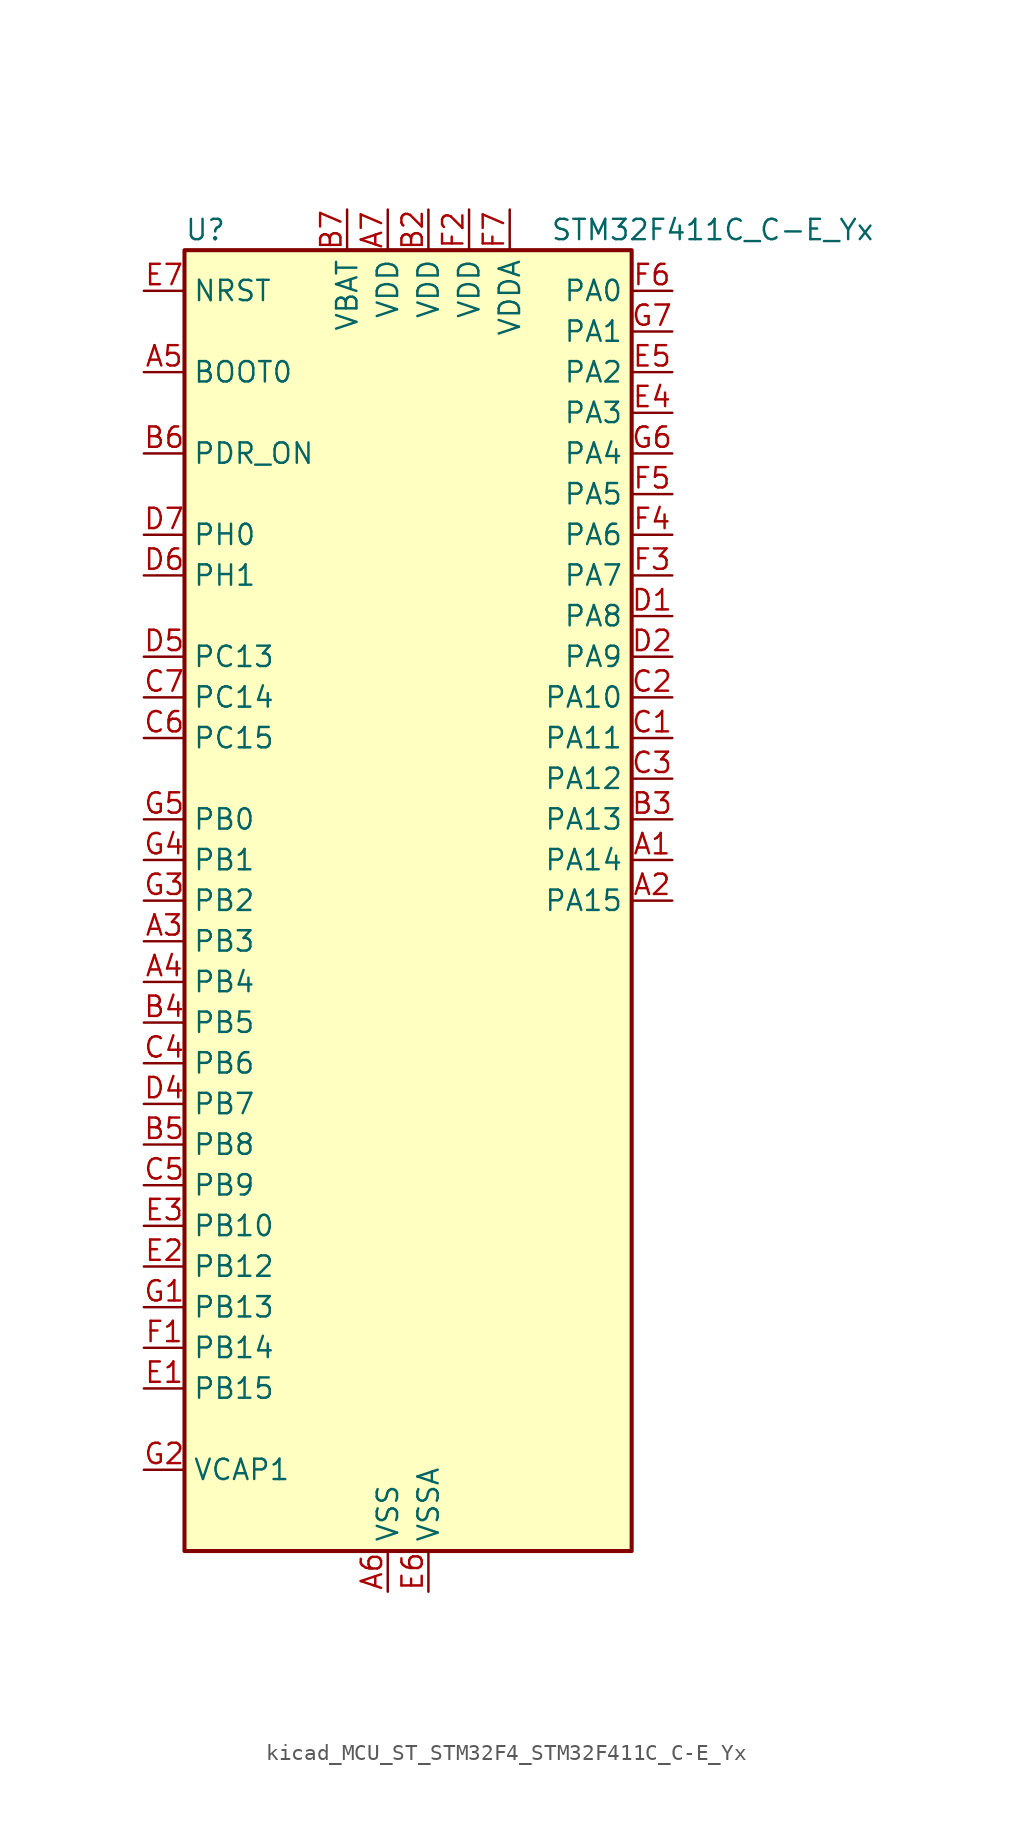
<source format=kicad_sym>
(kicad_symbol_lib
  (version 20220914)
  (generator kicad_symbol_editor)
  (symbol "kicad_MCU_ST_STM32F4_STM32F411C_C-E_Yx"
    (property "Reference" "U"
      (at -12.7 41.91 0)
      (effects (font (size 1.27 1.27)) (justify left)))
    (property "Value" "STM32F411C_C-E_Yx"
      (at 10.16 41.91 0)
      (effects (font (size 1.27 1.27)) (justify left)))
    (property "ki_locked" ""
      (at 0 0 0)
      (effects (font (size 1.27 1.27))))
    (symbol "kicad_MCU_ST_STM32F4_STM32F411C_C-E_Yx_0_1"
      (rectangle (start -12.7 -40.64) (end 15.24 40.64) (stroke (width 0.254) (type default)) (fill (type background))))
    (symbol "kicad_MCU_ST_STM32F4_STM32F411C_C-E_Yx_1_1"
      (pin bidirectional line (at 17.78 2.54 180) (length 2.54) (name "PA14" (effects (font (size 1.27 1.27)))) (number "A1" (effects (font (size 1.27 1.27)))) (alternate "SYS_JTCK-SWCLK" bidirectional line))
      (pin bidirectional line (at 17.78 0 180) (length 2.54) (name "PA15" (effects (font (size 1.27 1.27)))) (number "A2" (effects (font (size 1.27 1.27)))) (alternate "ADC1_EXTI15" bidirectional line) (alternate "I2S1_WS" bidirectional line) (alternate "I2S3_WS" bidirectional line) (alternate "SPI1_NSS" bidirectional line) (alternate "SPI3_NSS" bidirectional line) (alternate "SYS_JTDI" bidirectional line) (alternate "TIM2_CH1" bidirectional line) (alternate "TIM2_ETR" bidirectional line) (alternate "USART1_TX" bidirectional line))
      (pin bidirectional line (at -15.24 -2.54 0) (length 2.54) (name "PB3" (effects (font (size 1.27 1.27)))) (number "A3" (effects (font (size 1.27 1.27)))) (alternate "I2C2_SDA" bidirectional line) (alternate "I2S1_CK" bidirectional line) (alternate "I2S3_CK" bidirectional line) (alternate "SPI1_SCK" bidirectional line) (alternate "SPI3_SCK" bidirectional line) (alternate "SYS_JTDO-SWO" bidirectional line) (alternate "TIM2_CH2" bidirectional line) (alternate "USART1_RX" bidirectional line))
      (pin bidirectional line (at -15.24 -5.08 0) (length 2.54) (name "PB4" (effects (font (size 1.27 1.27)))) (number "A4" (effects (font (size 1.27 1.27)))) (alternate "I2C3_SDA" bidirectional line) (alternate "I2S3_ext_SD" bidirectional line) (alternate "SDIO_D0" bidirectional line) (alternate "SPI1_MISO" bidirectional line) (alternate "SPI3_MISO" bidirectional line) (alternate "SYS_JTRST" bidirectional line) (alternate "TIM3_CH1" bidirectional line))
      (pin input line (at -15.24 33.02 0) (length 2.54) (name "BOOT0" (effects (font (size 1.27 1.27)))) (number "A5" (effects (font (size 1.27 1.27)))))
      (pin power_in line (at 0 -43.18 90) (length 2.54) (name "VSS" (effects (font (size 1.27 1.27)))) (number "A6" (effects (font (size 1.27 1.27)))))
      (pin power_in line (at 0 43.18 270) (length 2.54) (name "VDD" (effects (font (size 1.27 1.27)))) (number "A7" (effects (font (size 1.27 1.27)))))
      (pin passive line (at 0 -43.18 90) (length 2.54) hide (name "VSS" (effects (font (size 1.27 1.27)))) (number "B1" (effects (font (size 1.27 1.27)))))
      (pin power_in line (at 2.54 43.18 270) (length 2.54) (name "VDD" (effects (font (size 1.27 1.27)))) (number "B2" (effects (font (size 1.27 1.27)))))
      (pin bidirectional line (at 17.78 5.08 180) (length 2.54) (name "PA13" (effects (font (size 1.27 1.27)))) (number "B3" (effects (font (size 1.27 1.27)))) (alternate "SYS_JTMS-SWDIO" bidirectional line))
      (pin bidirectional line (at -15.24 -7.62 0) (length 2.54) (name "PB5" (effects (font (size 1.27 1.27)))) (number "B4" (effects (font (size 1.27 1.27)))) (alternate "I2C1_SMBA" bidirectional line) (alternate "I2S1_SD" bidirectional line) (alternate "I2S3_SD" bidirectional line) (alternate "SDIO_D3" bidirectional line) (alternate "SPI1_MOSI" bidirectional line) (alternate "SPI3_MOSI" bidirectional line) (alternate "TIM3_CH2" bidirectional line))
      (pin bidirectional line (at -15.24 -15.24 0) (length 2.54) (name "PB8" (effects (font (size 1.27 1.27)))) (number "B5" (effects (font (size 1.27 1.27)))) (alternate "I2C1_SCL" bidirectional line) (alternate "I2C3_SDA" bidirectional line) (alternate "I2S5_SD" bidirectional line) (alternate "SDIO_D4" bidirectional line) (alternate "SPI5_MOSI" bidirectional line) (alternate "TIM10_CH1" bidirectional line) (alternate "TIM4_CH3" bidirectional line))
      (pin input line (at -15.24 27.94 0) (length 2.54) (name "PDR_ON" (effects (font (size 1.27 1.27)))) (number "B6" (effects (font (size 1.27 1.27)))))
      (pin power_in line (at -2.54 43.18 270) (length 2.54) (name "VBAT" (effects (font (size 1.27 1.27)))) (number "B7" (effects (font (size 1.27 1.27)))))
      (pin bidirectional line (at 17.78 10.16 180) (length 2.54) (name "PA11" (effects (font (size 1.27 1.27)))) (number "C1" (effects (font (size 1.27 1.27)))) (alternate "ADC1_EXTI11" bidirectional line) (alternate "SPI4_MISO" bidirectional line) (alternate "TIM1_CH4" bidirectional line) (alternate "USART1_CTS" bidirectional line) (alternate "USART6_TX" bidirectional line) (alternate "USB_OTG_FS_DM" bidirectional line))
      (pin bidirectional line (at 17.78 12.7 180) (length 2.54) (name "PA10" (effects (font (size 1.27 1.27)))) (number "C2" (effects (font (size 1.27 1.27)))) (alternate "I2S5_SD" bidirectional line) (alternate "SPI5_MOSI" bidirectional line) (alternate "TIM1_CH3" bidirectional line) (alternate "USART1_RX" bidirectional line) (alternate "USB_OTG_FS_ID" bidirectional line))
      (pin bidirectional line (at 17.78 7.62 180) (length 2.54) (name "PA12" (effects (font (size 1.27 1.27)))) (number "C3" (effects (font (size 1.27 1.27)))) (alternate "SPI5_MISO" bidirectional line) (alternate "TIM1_ETR" bidirectional line) (alternate "USART1_RTS" bidirectional line) (alternate "USART6_RX" bidirectional line) (alternate "USB_OTG_FS_DP" bidirectional line))
      (pin bidirectional line (at -15.24 -10.16 0) (length 2.54) (name "PB6" (effects (font (size 1.27 1.27)))) (number "C4" (effects (font (size 1.27 1.27)))) (alternate "I2C1_SCL" bidirectional line) (alternate "TIM4_CH1" bidirectional line) (alternate "USART1_TX" bidirectional line))
      (pin bidirectional line (at -15.24 -17.78 0) (length 2.54) (name "PB9" (effects (font (size 1.27 1.27)))) (number "C5" (effects (font (size 1.27 1.27)))) (alternate "I2C1_SDA" bidirectional line) (alternate "I2C2_SDA" bidirectional line) (alternate "I2S2_WS" bidirectional line) (alternate "SDIO_D5" bidirectional line) (alternate "SPI2_NSS" bidirectional line) (alternate "TIM11_CH1" bidirectional line) (alternate "TIM4_CH4" bidirectional line))
      (pin bidirectional line (at -15.24 10.16 0) (length 2.54) (name "PC15" (effects (font (size 1.27 1.27)))) (number "C6" (effects (font (size 1.27 1.27)))) (alternate "ADC1_EXTI15" bidirectional line) (alternate "RCC_OSC32_OUT" bidirectional line))
      (pin bidirectional line (at -15.24 12.7 0) (length 2.54) (name "PC14" (effects (font (size 1.27 1.27)))) (number "C7" (effects (font (size 1.27 1.27)))) (alternate "RCC_OSC32_IN" bidirectional line))
      (pin bidirectional line (at 17.78 17.78 180) (length 2.54) (name "PA8" (effects (font (size 1.27 1.27)))) (number "D1" (effects (font (size 1.27 1.27)))) (alternate "I2C3_SCL" bidirectional line) (alternate "RCC_MCO_1" bidirectional line) (alternate "SDIO_D1" bidirectional line) (alternate "TIM1_CH1" bidirectional line) (alternate "USART1_CK" bidirectional line) (alternate "USB_OTG_FS_SOF" bidirectional line))
      (pin bidirectional line (at 17.78 15.24 180) (length 2.54) (name "PA9" (effects (font (size 1.27 1.27)))) (number "D2" (effects (font (size 1.27 1.27)))) (alternate "I2C3_SMBA" bidirectional line) (alternate "SDIO_D2" bidirectional line) (alternate "TIM1_CH2" bidirectional line) (alternate "USART1_TX" bidirectional line) (alternate "USB_OTG_FS_VBUS" bidirectional line))
      (pin passive line (at 0 -43.18 90) (length 2.54) hide (name "VSS" (effects (font (size 1.27 1.27)))) (number "D3" (effects (font (size 1.27 1.27)))))
      (pin bidirectional line (at -15.24 -12.7 0) (length 2.54) (name "PB7" (effects (font (size 1.27 1.27)))) (number "D4" (effects (font (size 1.27 1.27)))) (alternate "I2C1_SDA" bidirectional line) (alternate "SDIO_D0" bidirectional line) (alternate "TIM4_CH2" bidirectional line) (alternate "USART1_RX" bidirectional line))
      (pin bidirectional line (at -15.24 15.24 0) (length 2.54) (name "PC13" (effects (font (size 1.27 1.27)))) (number "D5" (effects (font (size 1.27 1.27)))) (alternate "RTC_AF1" bidirectional line))
      (pin bidirectional line (at -15.24 20.32 0) (length 2.54) (name "PH1" (effects (font (size 1.27 1.27)))) (number "D6" (effects (font (size 1.27 1.27)))) (alternate "RCC_OSC_OUT" bidirectional line))
      (pin bidirectional line (at -15.24 22.86 0) (length 2.54) (name "PH0" (effects (font (size 1.27 1.27)))) (number "D7" (effects (font (size 1.27 1.27)))) (alternate "RCC_OSC_IN" bidirectional line))
      (pin bidirectional line (at -15.24 -30.48 0) (length 2.54) (name "PB15" (effects (font (size 1.27 1.27)))) (number "E1" (effects (font (size 1.27 1.27)))) (alternate "ADC1_EXTI15" bidirectional line) (alternate "I2S2_SD" bidirectional line) (alternate "RTC_REFIN" bidirectional line) (alternate "SDIO_CK" bidirectional line) (alternate "SPI2_MOSI" bidirectional line) (alternate "TIM1_CH3N" bidirectional line))
      (pin bidirectional line (at -15.24 -22.86 0) (length 2.54) (name "PB12" (effects (font (size 1.27 1.27)))) (number "E2" (effects (font (size 1.27 1.27)))) (alternate "I2C2_SMBA" bidirectional line) (alternate "I2S2_WS" bidirectional line) (alternate "I2S3_CK" bidirectional line) (alternate "I2S4_WS" bidirectional line) (alternate "SPI2_NSS" bidirectional line) (alternate "SPI3_SCK" bidirectional line) (alternate "SPI4_NSS" bidirectional line) (alternate "TIM1_BKIN" bidirectional line))
      (pin bidirectional line (at -15.24 -20.32 0) (length 2.54) (name "PB10" (effects (font (size 1.27 1.27)))) (number "E3" (effects (font (size 1.27 1.27)))) (alternate "I2C2_SCL" bidirectional line) (alternate "I2S2_CK" bidirectional line) (alternate "I2S3_MCK" bidirectional line) (alternate "SDIO_D7" bidirectional line) (alternate "SPI2_SCK" bidirectional line) (alternate "TIM2_CH3" bidirectional line))
      (pin bidirectional line (at 17.78 30.48 180) (length 2.54) (name "PA3" (effects (font (size 1.27 1.27)))) (number "E4" (effects (font (size 1.27 1.27)))) (alternate "ADC1_IN3" bidirectional line) (alternate "I2S2_MCK" bidirectional line) (alternate "TIM2_CH4" bidirectional line) (alternate "TIM5_CH4" bidirectional line) (alternate "TIM9_CH2" bidirectional line) (alternate "USART2_RX" bidirectional line))
      (pin bidirectional line (at 17.78 33.02 180) (length 2.54) (name "PA2" (effects (font (size 1.27 1.27)))) (number "E5" (effects (font (size 1.27 1.27)))) (alternate "ADC1_IN2" bidirectional line) (alternate "I2S_CKIN" bidirectional line) (alternate "TIM2_CH3" bidirectional line) (alternate "TIM5_CH3" bidirectional line) (alternate "TIM9_CH1" bidirectional line) (alternate "USART2_TX" bidirectional line))
      (pin power_in line (at 2.54 -43.18 90) (length 2.54) (name "VSSA" (effects (font (size 1.27 1.27)))) (number "E6" (effects (font (size 1.27 1.27)))))
      (pin input line (at -15.24 38.1 0) (length 2.54) (name "NRST" (effects (font (size 1.27 1.27)))) (number "E7" (effects (font (size 1.27 1.27)))))
      (pin bidirectional line (at -15.24 -27.94 0) (length 2.54) (name "PB14" (effects (font (size 1.27 1.27)))) (number "F1" (effects (font (size 1.27 1.27)))) (alternate "I2S2_ext_SD" bidirectional line) (alternate "SDIO_D6" bidirectional line) (alternate "SPI2_MISO" bidirectional line) (alternate "TIM1_CH2N" bidirectional line))
      (pin power_in line (at 5.08 43.18 270) (length 2.54) (name "VDD" (effects (font (size 1.27 1.27)))) (number "F2" (effects (font (size 1.27 1.27)))))
      (pin bidirectional line (at 17.78 20.32 180) (length 2.54) (name "PA7" (effects (font (size 1.27 1.27)))) (number "F3" (effects (font (size 1.27 1.27)))) (alternate "ADC1_IN7" bidirectional line) (alternate "I2S1_SD" bidirectional line) (alternate "SPI1_MOSI" bidirectional line) (alternate "TIM1_CH1N" bidirectional line) (alternate "TIM3_CH2" bidirectional line))
      (pin bidirectional line (at 17.78 22.86 180) (length 2.54) (name "PA6" (effects (font (size 1.27 1.27)))) (number "F4" (effects (font (size 1.27 1.27)))) (alternate "ADC1_IN6" bidirectional line) (alternate "I2S2_MCK" bidirectional line) (alternate "SDIO_CMD" bidirectional line) (alternate "SPI1_MISO" bidirectional line) (alternate "TIM1_BKIN" bidirectional line) (alternate "TIM3_CH1" bidirectional line))
      (pin bidirectional line (at 17.78 25.4 180) (length 2.54) (name "PA5" (effects (font (size 1.27 1.27)))) (number "F5" (effects (font (size 1.27 1.27)))) (alternate "ADC1_IN5" bidirectional line) (alternate "I2S1_CK" bidirectional line) (alternate "SPI1_SCK" bidirectional line) (alternate "TIM2_CH1" bidirectional line) (alternate "TIM2_ETR" bidirectional line))
      (pin bidirectional line (at 17.78 38.1 180) (length 2.54) (name "PA0" (effects (font (size 1.27 1.27)))) (number "F6" (effects (font (size 1.27 1.27)))) (alternate "ADC1_IN0" bidirectional line) (alternate "SYS_WKUP" bidirectional line) (alternate "TIM2_CH1" bidirectional line) (alternate "TIM2_ETR" bidirectional line) (alternate "TIM5_CH1" bidirectional line) (alternate "USART2_CTS" bidirectional line))
      (pin power_in line (at 7.62 43.18 270) (length 2.54) (name "VDDA" (effects (font (size 1.27 1.27)))) (number "F7" (effects (font (size 1.27 1.27)))))
      (pin bidirectional line (at -15.24 -25.4 0) (length 2.54) (name "PB13" (effects (font (size 1.27 1.27)))) (number "G1" (effects (font (size 1.27 1.27)))) (alternate "I2S2_CK" bidirectional line) (alternate "I2S4_CK" bidirectional line) (alternate "SPI2_SCK" bidirectional line) (alternate "SPI4_SCK" bidirectional line) (alternate "TIM1_CH1N" bidirectional line))
      (pin power_out line (at -15.24 -35.56 0) (length 2.54) (name "VCAP1" (effects (font (size 1.27 1.27)))) (number "G2" (effects (font (size 1.27 1.27)))))
      (pin bidirectional line (at -15.24 0 0) (length 2.54) (name "PB2" (effects (font (size 1.27 1.27)))) (number "G3" (effects (font (size 1.27 1.27)))))
      (pin bidirectional line (at -15.24 2.54 0) (length 2.54) (name "PB1" (effects (font (size 1.27 1.27)))) (number "G4" (effects (font (size 1.27 1.27)))) (alternate "ADC1_IN9" bidirectional line) (alternate "I2S5_WS" bidirectional line) (alternate "SPI5_NSS" bidirectional line) (alternate "TIM1_CH3N" bidirectional line) (alternate "TIM3_CH4" bidirectional line))
      (pin bidirectional line (at -15.24 5.08 0) (length 2.54) (name "PB0" (effects (font (size 1.27 1.27)))) (number "G5" (effects (font (size 1.27 1.27)))) (alternate "ADC1_IN8" bidirectional line) (alternate "I2S5_CK" bidirectional line) (alternate "SPI5_SCK" bidirectional line) (alternate "TIM1_CH2N" bidirectional line) (alternate "TIM3_CH3" bidirectional line))
      (pin bidirectional line (at 17.78 27.94 180) (length 2.54) (name "PA4" (effects (font (size 1.27 1.27)))) (number "G6" (effects (font (size 1.27 1.27)))) (alternate "ADC1_IN4" bidirectional line) (alternate "I2S1_WS" bidirectional line) (alternate "I2S3_WS" bidirectional line) (alternate "SPI1_NSS" bidirectional line) (alternate "SPI3_NSS" bidirectional line) (alternate "USART2_CK" bidirectional line))
      (pin bidirectional line (at 17.78 35.56 180) (length 2.54) (name "PA1" (effects (font (size 1.27 1.27)))) (number "G7" (effects (font (size 1.27 1.27)))) (alternate "ADC1_IN1" bidirectional line) (alternate "I2S4_SD" bidirectional line) (alternate "SPI4_MOSI" bidirectional line) (alternate "TIM2_CH2" bidirectional line) (alternate "TIM5_CH2" bidirectional line) (alternate "USART2_RTS" bidirectional line)))))
</source>
